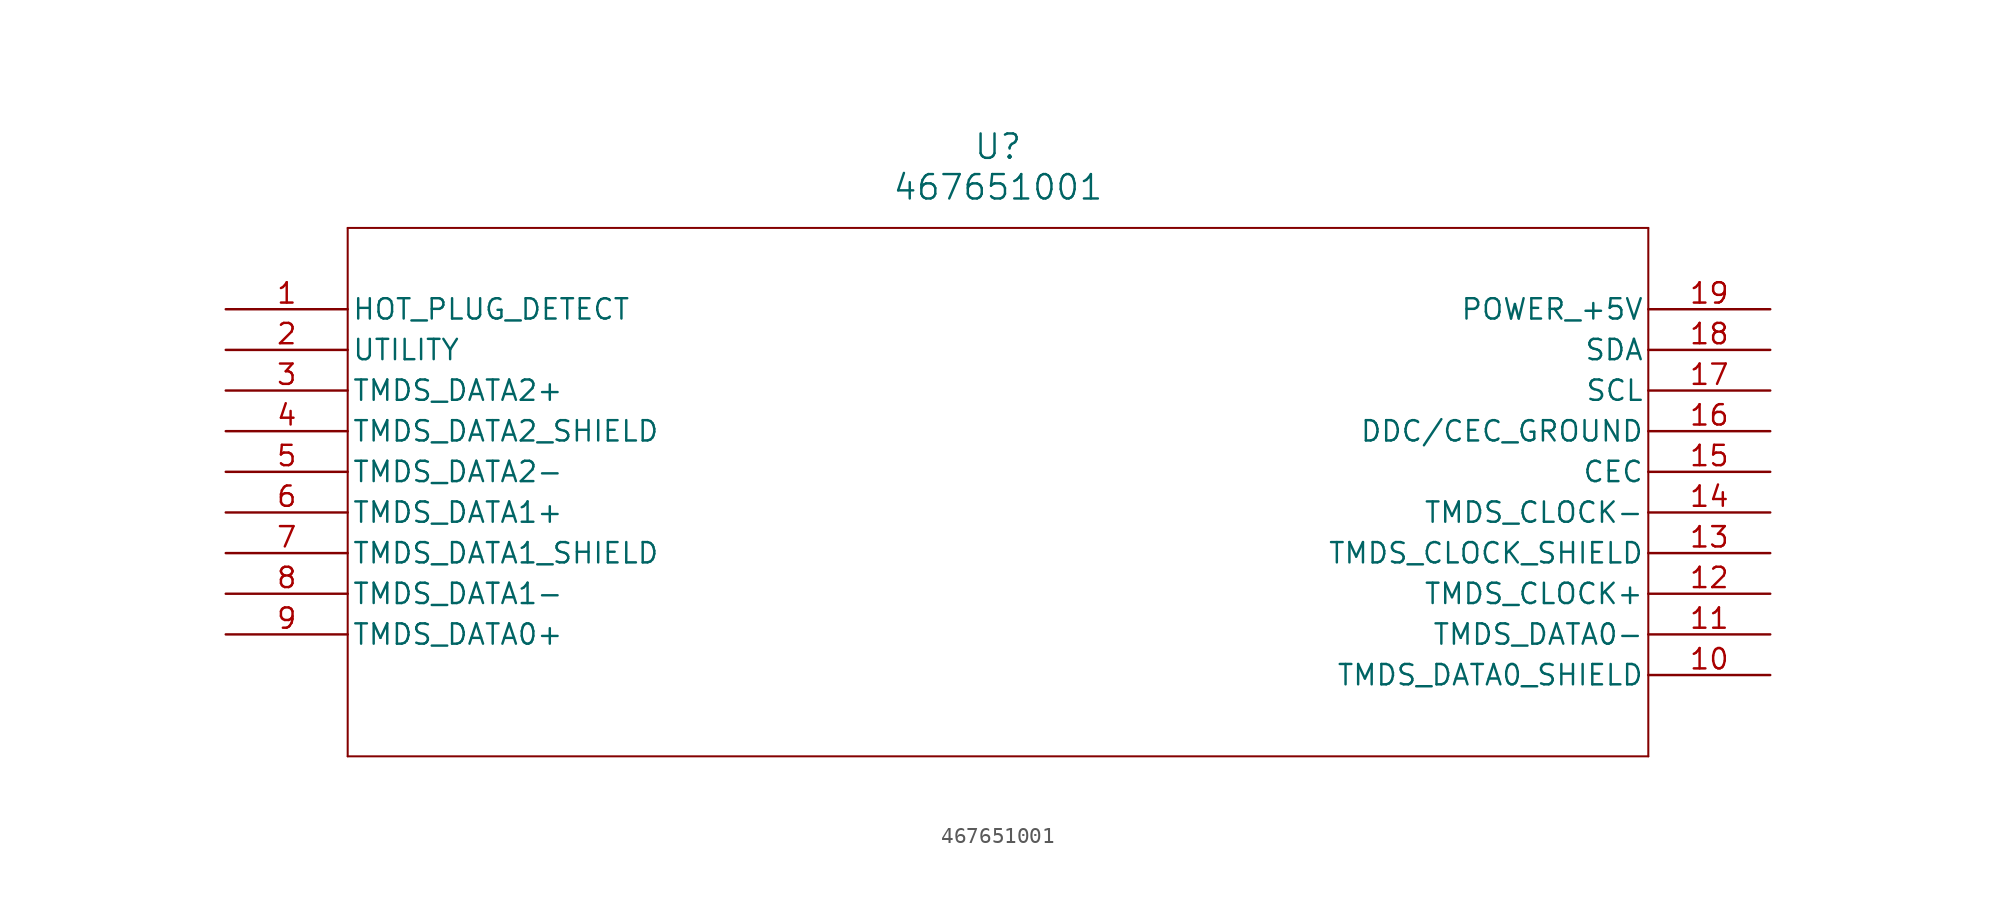
<source format=kicad_sym>
(kicad_symbol_lib
  (version 20211014)
  (generator kicad_symbol_editor)
  (symbol "467651001"
    (pin_names
      (offset 0.254))
    (property "Reference" "U"
      (at 48.26 10.16 0)
      (effects (font (size 1.524 1.524))))
    (property "Value" "467651001"
      (at 48.26 7.62 0)
      (effects (font (size 1.524 1.524))))
    (symbol "467651001_0_1"
      (polyline (pts (xy 7.62 5.08) (xy 7.62 -27.94)) (stroke (width 0.127) (type default) (color 0 0 0 0)) (fill (type none)))
      (polyline (pts (xy 7.62 -27.94) (xy 88.9 -27.94)) (stroke (width 0.127) (type default) (color 0 0 0 0)) (fill (type none)))
      (polyline (pts (xy 88.9 -27.94) (xy 88.9 5.08)) (stroke (width 0.127) (type default) (color 0 0 0 0)) (fill (type none)))
      (polyline (pts (xy 88.9 5.08) (xy 7.62 5.08)) (stroke (width 0.127) (type default) (color 0 0 0 0)) (fill (type none)))
      (pin unspecified line (at 0 0 0) (length 7.62) (name "HOT_PLUG_DETECT" (effects (font (size 1.27 1.27)))) (number "1" (effects (font (size 1.27 1.27)))))
      (pin unspecified line (at 0 -2.54 0) (length 7.62) (name "UTILITY" (effects (font (size 1.27 1.27)))) (number "2" (effects (font (size 1.27 1.27)))))
      (pin bidirectional line (at 0 -5.08 0) (length 7.62) (name "TMDS_DATA2+" (effects (font (size 1.27 1.27)))) (number "3" (effects (font (size 1.27 1.27)))))
      (pin bidirectional line (at 0 -7.62 0) (length 7.62) (name "TMDS_DATA2_SHIELD" (effects (font (size 1.27 1.27)))) (number "4" (effects (font (size 1.27 1.27)))))
      (pin bidirectional line (at 0 -10.16 0) (length 7.62) (name "TMDS_DATA2-" (effects (font (size 1.27 1.27)))) (number "5" (effects (font (size 1.27 1.27)))))
      (pin bidirectional line (at 0 -12.7 0) (length 7.62) (name "TMDS_DATA1+" (effects (font (size 1.27 1.27)))) (number "6" (effects (font (size 1.27 1.27)))))
      (pin bidirectional line (at 0 -15.24 0) (length 7.62) (name "TMDS_DATA1_SHIELD" (effects (font (size 1.27 1.27)))) (number "7" (effects (font (size 1.27 1.27)))))
      (pin bidirectional line (at 0 -17.78 0) (length 7.62) (name "TMDS_DATA1-" (effects (font (size 1.27 1.27)))) (number "8" (effects (font (size 1.27 1.27)))))
      (pin bidirectional line (at 0 -20.32 0) (length 7.62) (name "TMDS_DATA0+" (effects (font (size 1.27 1.27)))) (number "9" (effects (font (size 1.27 1.27)))))
      (pin bidirectional line (at 96.52 -22.86 180) (length 7.62) (name "TMDS_DATA0_SHIELD" (effects (font (size 1.27 1.27)))) (number "10" (effects (font (size 1.27 1.27)))))
      (pin bidirectional line (at 96.52 -20.32 180) (length 7.62) (name "TMDS_DATA0-" (effects (font (size 1.27 1.27)))) (number "11" (effects (font (size 1.27 1.27)))))
      (pin unspecified line (at 96.52 -17.78 180) (length 7.62) (name "TMDS_CLOCK+" (effects (font (size 1.27 1.27)))) (number "12" (effects (font (size 1.27 1.27)))))
      (pin unspecified line (at 96.52 -15.24 180) (length 7.62) (name "TMDS_CLOCK_SHIELD" (effects (font (size 1.27 1.27)))) (number "13" (effects (font (size 1.27 1.27)))))
      (pin unspecified line (at 96.52 -12.7 180) (length 7.62) (name "TMDS_CLOCK-" (effects (font (size 1.27 1.27)))) (number "14" (effects (font (size 1.27 1.27)))))
      (pin unspecified line (at 96.52 -10.16 180) (length 7.62) (name "CEC" (effects (font (size 1.27 1.27)))) (number "15" (effects (font (size 1.27 1.27)))))
      (pin power_out line (at 96.52 -7.62 180) (length 7.62) (name "DDC/CEC_GROUND" (effects (font (size 1.27 1.27)))) (number "16" (effects (font (size 1.27 1.27)))))
      (pin unspecified line (at 96.52 -5.08 180) (length 7.62) (name "SCL" (effects (font (size 1.27 1.27)))) (number "17" (effects (font (size 1.27 1.27)))))
      (pin unspecified line (at 96.52 -2.54 180) (length 7.62) (name "SDA" (effects (font (size 1.27 1.27)))) (number "18" (effects (font (size 1.27 1.27)))))
      (pin power_in line (at 96.52 0 180) (length 7.62) (name "POWER_+5V" (effects (font (size 1.27 1.27)))) (number "19" (effects (font (size 1.27 1.27))))))))
</source>
